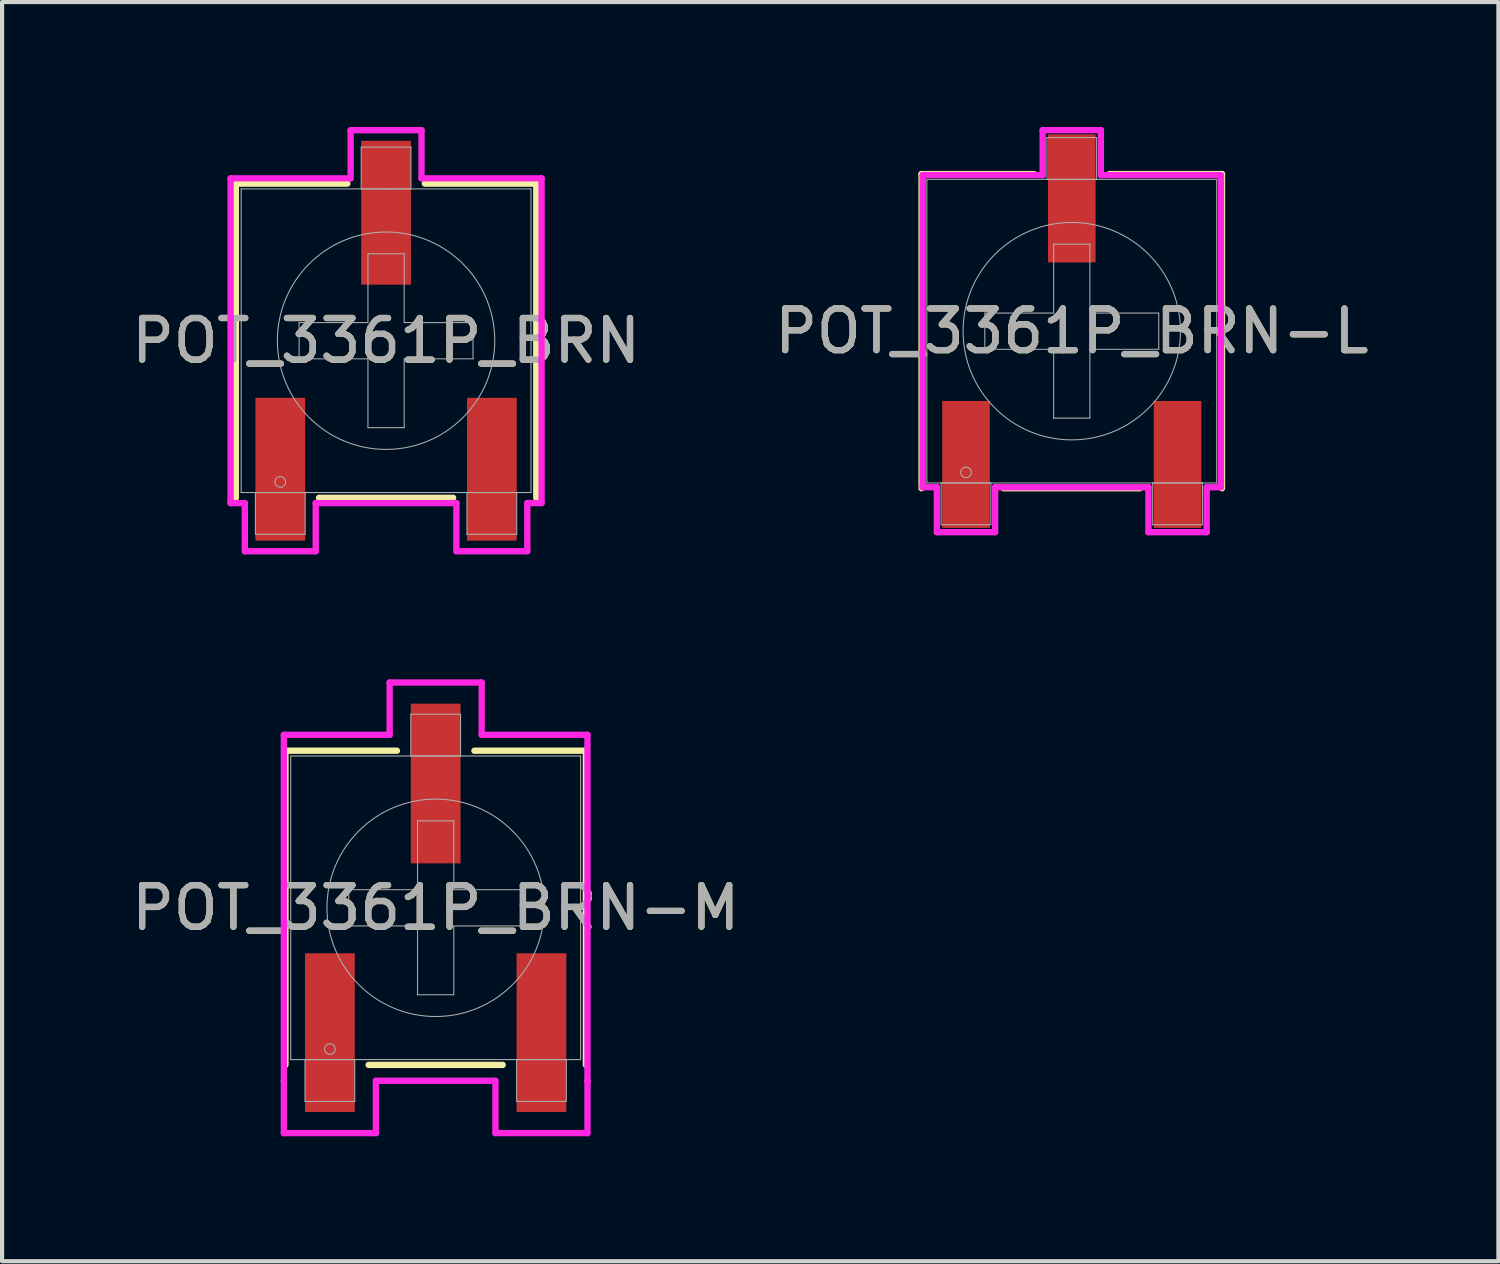
<source format=kicad_pcb>
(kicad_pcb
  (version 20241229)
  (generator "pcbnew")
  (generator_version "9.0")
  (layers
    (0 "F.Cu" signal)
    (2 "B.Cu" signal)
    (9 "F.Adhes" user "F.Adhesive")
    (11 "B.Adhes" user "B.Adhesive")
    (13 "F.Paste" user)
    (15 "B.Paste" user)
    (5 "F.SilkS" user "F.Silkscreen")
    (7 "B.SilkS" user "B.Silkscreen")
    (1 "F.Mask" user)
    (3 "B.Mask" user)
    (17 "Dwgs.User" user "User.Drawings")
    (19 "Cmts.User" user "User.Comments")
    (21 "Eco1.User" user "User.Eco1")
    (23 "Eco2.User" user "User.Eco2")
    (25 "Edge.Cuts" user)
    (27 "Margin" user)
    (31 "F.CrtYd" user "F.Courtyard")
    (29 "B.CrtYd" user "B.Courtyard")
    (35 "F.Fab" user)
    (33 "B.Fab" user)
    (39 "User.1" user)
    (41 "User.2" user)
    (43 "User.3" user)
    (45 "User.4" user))
  (footprint "POT_3361P_BRN-M"
    (layer "F.Cu")
    (at 7.411 18.748)
    (property "Reference" "POT_3361P_BRN-M" (at 0 0 0) (unlocked yes) (layer "F.SilkS") (effects (font (size 1 1) (thickness 0.15))))
    (attr smd)
    (fp_line (start -3.607 -3.772) (end -3.607 3.772) (stroke (width 0.152) (type solid)) (layer "F.SilkS"))
    (fp_line (start -1.61 3.772) (end 1.61 3.772) (stroke (width 0.152) (type solid)) (layer "F.SilkS"))
    (fp_line (start -0.93 -3.772) (end -3.607 -3.772) (stroke (width 0.152) (type solid)) (layer "F.SilkS"))
    (fp_line (start 3.607 -3.772) (end 0.93 -3.772) (stroke (width 0.152) (type solid)) (layer "F.SilkS"))
    (fp_line (start 3.607 -3.772) (end 3.607 3.772) (stroke (width 0.152) (type solid)) (layer "F.SilkS"))
    (fp_line (start -3.645 -4.153) (end -1.105 -4.153) (stroke (width 0.152) (type solid)) (layer "F.CrtYd"))
    (fp_line (start -3.645 4.153) (end -3.645 -4.153) (stroke (width 0.152) (type solid)) (layer "F.CrtYd"))
    (fp_line (start -3.645 4.153) (end -3.645 4.153) (stroke (width 0.152) (type solid)) (layer "F.CrtYd"))
    (fp_line (start -3.645 5.41) (end -3.645 4.153) (stroke (width 0.152) (type solid)) (layer "F.CrtYd"))
    (fp_line (start -1.435 4.153) (end -1.435 5.41) (stroke (width 0.152) (type solid)) (layer "F.CrtYd"))
    (fp_line (start -1.435 5.41) (end -3.645 5.41) (stroke (width 0.152) (type solid)) (layer "F.CrtYd"))
    (fp_line (start -1.105 -5.41) (end 1.105 -5.41) (stroke (width 0.152) (type solid)) (layer "F.CrtYd"))
    (fp_line (start -1.105 -4.153) (end -1.105 -5.41) (stroke (width 0.152) (type solid)) (layer "F.CrtYd"))
    (fp_line (start 1.105 -5.41) (end 1.105 -4.153) (stroke (width 0.152) (type solid)) (layer "F.CrtYd"))
    (fp_line (start 1.105 -4.153) (end 3.645 -4.153) (stroke (width 0.152) (type solid)) (layer "F.CrtYd"))
    (fp_line (start 1.435 4.153) (end -1.435 4.153) (stroke (width 0.152) (type solid)) (layer "F.CrtYd"))
    (fp_line (start 1.435 5.41) (end 1.435 4.153) (stroke (width 0.152) (type solid)) (layer "F.CrtYd"))
    (fp_line (start 3.645 -4.153) (end 3.645 4.153) (stroke (width 0.152) (type solid)) (layer "F.CrtYd"))
    (fp_line (start 3.645 4.153) (end 3.645 4.153) (stroke (width 0.152) (type solid)) (layer "F.CrtYd"))
    (fp_line (start 3.645 4.153) (end 3.645 5.41) (stroke (width 0.152) (type solid)) (layer "F.CrtYd"))
    (fp_line (start 3.645 5.41) (end 1.435 5.41) (stroke (width 0.152) (type solid)) (layer "F.CrtYd"))
    (fp_line (start -3.48 -3.645) (end -3.48 3.645) (stroke (width 0.025) (type solid)) (layer "F.Fab"))
    (fp_line (start -3.48 3.645) (end 3.48 3.645) (stroke (width 0.025) (type solid)) (layer "F.Fab"))
    (fp_line (start -3.137 3.645) (end -3.137 4.648) (stroke (width 0.025) (type solid)) (layer "F.Fab"))
    (fp_line (start -3.137 4.648) (end -1.943 4.648) (stroke (width 0.025) (type solid)) (layer "F.Fab"))
    (fp_line (start -2.088 -0.435) (end -2.088 0.435) (stroke (width 0.025) (type solid)) (layer "F.Fab"))
    (fp_line (start -1.943 3.645) (end -3.137 3.645) (stroke (width 0.025) (type solid)) (layer "F.Fab"))
    (fp_line (start -1.943 4.648) (end -1.943 3.645) (stroke (width 0.025) (type solid)) (layer "F.Fab"))
    (fp_line (start -0.597 -4.648) (end -0.597 -3.645) (stroke (width 0.025) (type solid)) (layer "F.Fab"))
    (fp_line (start -0.597 -3.645) (end 0.597 -3.645) (stroke (width 0.025) (type solid)) (layer "F.Fab"))
    (fp_line (start -0.435 -2.088) (end -0.435 -0.435) (stroke (width 0.025) (type solid)) (layer "F.Fab"))
    (fp_line (start -0.435 -2.088) (end 0.435 -2.088) (stroke (width 0.025) (type solid)) (layer "F.Fab"))
    (fp_line (start -0.435 -0.435) (end -2.088 -0.435) (stroke (width 0.025) (type solid)) (layer "F.Fab"))
    (fp_line (start -0.435 0.435) (end -2.088 0.435) (stroke (width 0.025) (type solid)) (layer "F.Fab"))
    (fp_line (start -0.435 2.088) (end -0.435 0.435) (stroke (width 0.025) (type solid)) (layer "F.Fab"))
    (fp_line (start -0.435 2.088) (end 0.435 2.088) (stroke (width 0.025) (type solid)) (layer "F.Fab"))
    (fp_line (start 0 -3.645) (end 0 -3.645) (stroke (width 0.025) (type solid)) (layer "F.Fab"))
    (fp_line (start 0 -3.645) (end 0 -3.645) (stroke (width 0.025) (type solid)) (layer "F.Fab"))
    (fp_line (start 0 -3.645) (end 0 -3.645) (stroke (width 0.025) (type solid)) (layer "F.Fab"))
    (fp_line (start 0.435 -2.088) (end 0.435 -0.435) (stroke (width 0.025) (type solid)) (layer "F.Fab"))
    (fp_line (start 0.435 -0.435) (end 2.088 -0.435) (stroke (width 0.025) (type solid)) (layer "F.Fab"))
    (fp_line (start 0.435 0.435) (end 2.088 0.435) (stroke (width 0.025) (type solid)) (layer "F.Fab"))
    (fp_line (start 0.435 2.088) (end 0.435 0.435) (stroke (width 0.025) (type solid)) (layer "F.Fab"))
    (fp_line (start 0.597 -4.648) (end -0.597 -4.648) (stroke (width 0.025) (type solid)) (layer "F.Fab"))
    (fp_line (start 0.597 -3.645) (end 0.597 -4.648) (stroke (width 0.025) (type solid)) (layer "F.Fab"))
    (fp_line (start 1.943 3.645) (end 1.943 4.648) (stroke (width 0.025) (type solid)) (layer "F.Fab"))
    (fp_line (start 1.943 4.648) (end 3.137 4.648) (stroke (width 0.025) (type solid)) (layer "F.Fab"))
    (fp_line (start 2.088 -0.435) (end 2.088 0.435) (stroke (width 0.025) (type solid)) (layer "F.Fab"))
    (fp_line (start 3.137 3.645) (end 1.943 3.645) (stroke (width 0.025) (type solid)) (layer "F.Fab"))
    (fp_line (start 3.137 4.648) (end 3.137 3.645) (stroke (width 0.025) (type solid)) (layer "F.Fab"))
    (fp_line (start 3.48 -3.645) (end -3.48 -3.645) (stroke (width 0.025) (type solid)) (layer "F.Fab"))
    (fp_line (start 3.48 -3.645) (end 3.48 3.645) (stroke (width 0.025) (type solid)) (layer "F.Fab"))
    (fp_circle (center -2.54 3.391) (end -2.413 3.391) (stroke (width 0.025) (type solid)) (fill no) (layer "F.Fab"))
    (fp_circle (center 0 0) (end 2.61 0) (stroke (width 0.025) (type solid)) (fill no) (layer "F.Fab"))
    (fp_text user "${REFERENCE}" (at 0 0 0) (unlocked yes) (layer "F.Fab") (effects (font (size 1 1) (thickness 0.15))))
    (pad "1" smd rect (at -2.54 2.997) (size 1.194 3.81) (layers "F.Cu" "F.Mask" "F.Paste"))
    (pad "2" smd rect (at 0 -2.985) (size 1.194 3.835) (layers "F.Cu" "F.Mask" "F.Paste"))
    (pad "3" smd rect (at 2.54 2.997) (size 1.194 3.81) (layers "F.Cu" "F.Mask" "F.Paste")))
  (footprint "POT_3361P_BRN"
    (layer "F.Cu")
    (at 6.22 5.131)
    (property "Reference" "POT_3361P_BRN" (at 0 0 0) (unlocked yes) (layer "F.SilkS") (effects (font (size 1 1) (thickness 0.15))))
    (attr smd)
    (fp_line (start -3.607 -3.772) (end -3.607 3.772) (stroke (width 0.152) (type solid)) (layer "F.SilkS"))
    (fp_line (start -1.61 3.772) (end 1.61 3.772) (stroke (width 0.152) (type solid)) (layer "F.SilkS"))
    (fp_line (start -0.93 -3.772) (end -3.607 -3.772) (stroke (width 0.152) (type solid)) (layer "F.SilkS"))
    (fp_line (start 3.607 -3.772) (end 0.93 -3.772) (stroke (width 0.152) (type solid)) (layer "F.SilkS"))
    (fp_line (start 3.607 -3.772) (end 3.607 3.772) (stroke (width 0.152) (type solid)) (layer "F.SilkS"))
    (fp_line (start -3.734 -3.899) (end -0.851 -3.899) (stroke (width 0.152) (type solid)) (layer "F.CrtYd"))
    (fp_line (start -3.734 3.899) (end -3.734 -3.899) (stroke (width 0.152) (type solid)) (layer "F.CrtYd"))
    (fp_line (start -3.391 3.899) (end -3.734 3.899) (stroke (width 0.152) (type solid)) (layer "F.CrtYd"))
    (fp_line (start -3.391 5.055) (end -3.391 3.899) (stroke (width 0.152) (type solid)) (layer "F.CrtYd"))
    (fp_line (start -1.689 3.899) (end -1.689 5.055) (stroke (width 0.152) (type solid)) (layer "F.CrtYd"))
    (fp_line (start -1.689 5.055) (end -3.391 5.055) (stroke (width 0.152) (type solid)) (layer "F.CrtYd"))
    (fp_line (start -0.851 -5.055) (end 0.851 -5.055) (stroke (width 0.152) (type solid)) (layer "F.CrtYd"))
    (fp_line (start -0.851 -3.899) (end -0.851 -5.055) (stroke (width 0.152) (type solid)) (layer "F.CrtYd"))
    (fp_line (start 0.851 -5.055) (end 0.851 -3.899) (stroke (width 0.152) (type solid)) (layer "F.CrtYd"))
    (fp_line (start 0.851 -3.899) (end 3.734 -3.899) (stroke (width 0.152) (type solid)) (layer "F.CrtYd"))
    (fp_line (start 1.689 3.899) (end -1.689 3.899) (stroke (width 0.152) (type solid)) (layer "F.CrtYd"))
    (fp_line (start 1.689 5.055) (end 1.689 3.899) (stroke (width 0.152) (type solid)) (layer "F.CrtYd"))
    (fp_line (start 3.391 3.899) (end 3.391 5.055) (stroke (width 0.152) (type solid)) (layer "F.CrtYd"))
    (fp_line (start 3.391 5.055) (end 1.689 5.055) (stroke (width 0.152) (type solid)) (layer "F.CrtYd"))
    (fp_line (start 3.734 -3.899) (end 3.734 3.899) (stroke (width 0.152) (type solid)) (layer "F.CrtYd"))
    (fp_line (start 3.734 3.899) (end 3.391 3.899) (stroke (width 0.152) (type solid)) (layer "F.CrtYd"))
    (fp_line (start -3.48 -3.645) (end -3.48 3.645) (stroke (width 0.025) (type solid)) (layer "F.Fab"))
    (fp_line (start -3.48 3.645) (end 3.48 3.645) (stroke (width 0.025) (type solid)) (layer "F.Fab"))
    (fp_line (start -3.137 3.645) (end -3.137 4.648) (stroke (width 0.025) (type solid)) (layer "F.Fab"))
    (fp_line (start -3.137 4.648) (end -1.943 4.648) (stroke (width 0.025) (type solid)) (layer "F.Fab"))
    (fp_line (start -2.088 -0.435) (end -2.088 0.435) (stroke (width 0.025) (type solid)) (layer "F.Fab"))
    (fp_line (start -1.943 3.645) (end -3.137 3.645) (stroke (width 0.025) (type solid)) (layer "F.Fab"))
    (fp_line (start -1.943 4.648) (end -1.943 3.645) (stroke (width 0.025) (type solid)) (layer "F.Fab"))
    (fp_line (start -0.597 -4.648) (end -0.597 -3.645) (stroke (width 0.025) (type solid)) (layer "F.Fab"))
    (fp_line (start -0.597 -3.645) (end 0.597 -3.645) (stroke (width 0.025) (type solid)) (layer "F.Fab"))
    (fp_line (start -0.435 -2.088) (end -0.435 -0.435) (stroke (width 0.025) (type solid)) (layer "F.Fab"))
    (fp_line (start -0.435 -2.088) (end 0.435 -2.088) (stroke (width 0.025) (type solid)) (layer "F.Fab"))
    (fp_line (start -0.435 -0.435) (end -2.088 -0.435) (stroke (width 0.025) (type solid)) (layer "F.Fab"))
    (fp_line (start -0.435 0.435) (end -2.088 0.435) (stroke (width 0.025) (type solid)) (layer "F.Fab"))
    (fp_line (start -0.435 2.088) (end -0.435 0.435) (stroke (width 0.025) (type solid)) (layer "F.Fab"))
    (fp_line (start -0.435 2.088) (end 0.435 2.088) (stroke (width 0.025) (type solid)) (layer "F.Fab"))
    (fp_line (start 0 -3.645) (end 0 -3.645) (stroke (width 0.025) (type solid)) (layer "F.Fab"))
    (fp_line (start 0 -3.645) (end 0 -3.645) (stroke (width 0.025) (type solid)) (layer "F.Fab"))
    (fp_line (start 0 -3.645) (end 0 -3.645) (stroke (width 0.025) (type solid)) (layer "F.Fab"))
    (fp_line (start 0.435 -2.088) (end 0.435 -0.435) (stroke (width 0.025) (type solid)) (layer "F.Fab"))
    (fp_line (start 0.435 -0.435) (end 2.088 -0.435) (stroke (width 0.025) (type solid)) (layer "F.Fab"))
    (fp_line (start 0.435 0.435) (end 2.088 0.435) (stroke (width 0.025) (type solid)) (layer "F.Fab"))
    (fp_line (start 0.435 2.088) (end 0.435 0.435) (stroke (width 0.025) (type solid)) (layer "F.Fab"))
    (fp_line (start 0.597 -4.648) (end -0.597 -4.648) (stroke (width 0.025) (type solid)) (layer "F.Fab"))
    (fp_line (start 0.597 -3.645) (end 0.597 -4.648) (stroke (width 0.025) (type solid)) (layer "F.Fab"))
    (fp_line (start 1.943 3.645) (end 1.943 4.648) (stroke (width 0.025) (type solid)) (layer "F.Fab"))
    (fp_line (start 1.943 4.648) (end 3.137 4.648) (stroke (width 0.025) (type solid)) (layer "F.Fab"))
    (fp_line (start 2.088 -0.435) (end 2.088 0.435) (stroke (width 0.025) (type solid)) (layer "F.Fab"))
    (fp_line (start 3.137 3.645) (end 1.943 3.645) (stroke (width 0.025) (type solid)) (layer "F.Fab"))
    (fp_line (start 3.137 4.648) (end 3.137 3.645) (stroke (width 0.025) (type solid)) (layer "F.Fab"))
    (fp_line (start 3.48 -3.645) (end -3.48 -3.645) (stroke (width 0.025) (type solid)) (layer "F.Fab"))
    (fp_line (start 3.48 -3.645) (end 3.48 3.645) (stroke (width 0.025) (type solid)) (layer "F.Fab"))
    (fp_circle (center -2.54 3.391) (end -2.413 3.391) (stroke (width 0.025) (type solid)) (fill no) (layer "F.Fab"))
    (fp_circle (center 0 0) (end 2.61 0) (stroke (width 0.025) (type solid)) (fill no) (layer "F.Fab"))
    (fp_text user "${REFERENCE}" (at 0 0 0) (unlocked yes) (layer "F.Fab") (effects (font (size 1 1) (thickness 0.15))))
    (pad "1" smd rect (at -2.54 3.086) (size 1.194 3.429) (layers "F.Cu" "F.Mask" "F.Paste"))
    (pad "2" smd rect (at 0 -3.073) (size 1.194 3.454) (layers "F.Cu" "F.Mask" "F.Paste"))
    (pad "3" smd rect (at 2.54 3.086) (size 1.194 3.429) (layers "F.Cu" "F.Mask" "F.Paste")))
  (footprint "POT_3361P_BRN-L"
    (layer "F.Cu")
    (at 22.685 4.902)
    (property "Reference" "POT_3361P_BRN-L" (at 0 0 0) (unlocked yes) (layer "F.SilkS") (effects (font (size 1 1) (thickness 0.15))))
    (attr smd)
    (fp_line (start -3.607 -3.772) (end -3.607 3.772) (stroke (width 0.152) (type solid)) (layer "F.SilkS"))
    (fp_line (start -1.636 3.772) (end 1.636 3.772) (stroke (width 0.152) (type solid)) (layer "F.SilkS"))
    (fp_line (start -0.904 -3.772) (end -3.607 -3.772) (stroke (width 0.152) (type solid)) (layer "F.SilkS"))
    (fp_line (start 3.607 -3.772) (end 0.904 -3.772) (stroke (width 0.152) (type solid)) (layer "F.SilkS"))
    (fp_line (start 3.607 -3.772) (end 3.607 3.772) (stroke (width 0.152) (type solid)) (layer "F.SilkS"))
    (fp_line (start -3.581 -3.747) (end -0.699 -3.747) (stroke (width 0.152) (type solid)) (layer "F.CrtYd"))
    (fp_line (start -3.581 3.747) (end -3.581 -3.747) (stroke (width 0.152) (type solid)) (layer "F.CrtYd"))
    (fp_line (start -3.239 3.747) (end -3.581 3.747) (stroke (width 0.152) (type solid)) (layer "F.CrtYd"))
    (fp_line (start -3.239 4.826) (end -3.239 3.747) (stroke (width 0.152) (type solid)) (layer "F.CrtYd"))
    (fp_line (start -1.841 3.747) (end -1.841 4.826) (stroke (width 0.152) (type solid)) (layer "F.CrtYd"))
    (fp_line (start -1.841 4.826) (end -3.239 4.826) (stroke (width 0.152) (type solid)) (layer "F.CrtYd"))
    (fp_line (start -0.699 -4.826) (end 0.699 -4.826) (stroke (width 0.152) (type solid)) (layer "F.CrtYd"))
    (fp_line (start -0.699 -3.747) (end -0.699 -4.826) (stroke (width 0.152) (type solid)) (layer "F.CrtYd"))
    (fp_line (start 0.699 -4.826) (end 0.699 -3.747) (stroke (width 0.152) (type solid)) (layer "F.CrtYd"))
    (fp_line (start 0.699 -3.747) (end 3.581 -3.747) (stroke (width 0.152) (type solid)) (layer "F.CrtYd"))
    (fp_line (start 1.841 3.747) (end -1.841 3.747) (stroke (width 0.152) (type solid)) (layer "F.CrtYd"))
    (fp_line (start 1.841 4.826) (end 1.841 3.747) (stroke (width 0.152) (type solid)) (layer "F.CrtYd"))
    (fp_line (start 3.239 3.747) (end 3.239 4.826) (stroke (width 0.152) (type solid)) (layer "F.CrtYd"))
    (fp_line (start 3.239 4.826) (end 1.841 4.826) (stroke (width 0.152) (type solid)) (layer "F.CrtYd"))
    (fp_line (start 3.581 -3.747) (end 3.581 3.747) (stroke (width 0.152) (type solid)) (layer "F.CrtYd"))
    (fp_line (start 3.581 3.747) (end 3.239 3.747) (stroke (width 0.152) (type solid)) (layer "F.CrtYd"))
    (fp_line (start -3.48 -3.645) (end -3.48 3.645) (stroke (width 0.025) (type solid)) (layer "F.Fab"))
    (fp_line (start -3.48 3.645) (end 3.48 3.645) (stroke (width 0.025) (type solid)) (layer "F.Fab"))
    (fp_line (start -3.137 3.645) (end -3.137 4.648) (stroke (width 0.025) (type solid)) (layer "F.Fab"))
    (fp_line (start -3.137 4.648) (end -1.943 4.648) (stroke (width 0.025) (type solid)) (layer "F.Fab"))
    (fp_line (start -2.088 -0.435) (end -2.088 0.435) (stroke (width 0.025) (type solid)) (layer "F.Fab"))
    (fp_line (start -1.943 3.645) (end -3.137 3.645) (stroke (width 0.025) (type solid)) (layer "F.Fab"))
    (fp_line (start -1.943 4.648) (end -1.943 3.645) (stroke (width 0.025) (type solid)) (layer "F.Fab"))
    (fp_line (start -0.597 -4.648) (end -0.597 -3.645) (stroke (width 0.025) (type solid)) (layer "F.Fab"))
    (fp_line (start -0.597 -3.645) (end 0.597 -3.645) (stroke (width 0.025) (type solid)) (layer "F.Fab"))
    (fp_line (start -0.435 -2.088) (end -0.435 -0.435) (stroke (width 0.025) (type solid)) (layer "F.Fab"))
    (fp_line (start -0.435 -2.088) (end 0.435 -2.088) (stroke (width 0.025) (type solid)) (layer "F.Fab"))
    (fp_line (start -0.435 -0.435) (end -2.088 -0.435) (stroke (width 0.025) (type solid)) (layer "F.Fab"))
    (fp_line (start -0.435 0.435) (end -2.088 0.435) (stroke (width 0.025) (type solid)) (layer "F.Fab"))
    (fp_line (start -0.435 2.088) (end -0.435 0.435) (stroke (width 0.025) (type solid)) (layer "F.Fab"))
    (fp_line (start -0.435 2.088) (end 0.435 2.088) (stroke (width 0.025) (type solid)) (layer "F.Fab"))
    (fp_line (start 0 -3.645) (end 0 -3.645) (stroke (width 0.025) (type solid)) (layer "F.Fab"))
    (fp_line (start 0 -3.645) (end 0 -3.645) (stroke (width 0.025) (type solid)) (layer "F.Fab"))
    (fp_line (start 0 -3.645) (end 0 -3.645) (stroke (width 0.025) (type solid)) (layer "F.Fab"))
    (fp_line (start 0.435 -2.088) (end 0.435 -0.435) (stroke (width 0.025) (type solid)) (layer "F.Fab"))
    (fp_line (start 0.435 -0.435) (end 2.088 -0.435) (stroke (width 0.025) (type solid)) (layer "F.Fab"))
    (fp_line (start 0.435 0.435) (end 2.088 0.435) (stroke (width 0.025) (type solid)) (layer "F.Fab"))
    (fp_line (start 0.435 2.088) (end 0.435 0.435) (stroke (width 0.025) (type solid)) (layer "F.Fab"))
    (fp_line (start 0.597 -4.648) (end -0.597 -4.648) (stroke (width 0.025) (type solid)) (layer "F.Fab"))
    (fp_line (start 0.597 -3.645) (end 0.597 -4.648) (stroke (width 0.025) (type solid)) (layer "F.Fab"))
    (fp_line (start 1.943 3.645) (end 1.943 4.648) (stroke (width 0.025) (type solid)) (layer "F.Fab"))
    (fp_line (start 1.943 4.648) (end 3.137 4.648) (stroke (width 0.025) (type solid)) (layer "F.Fab"))
    (fp_line (start 2.088 -0.435) (end 2.088 0.435) (stroke (width 0.025) (type solid)) (layer "F.Fab"))
    (fp_line (start 3.137 3.645) (end 1.943 3.645) (stroke (width 0.025) (type solid)) (layer "F.Fab"))
    (fp_line (start 3.137 4.648) (end 3.137 3.645) (stroke (width 0.025) (type solid)) (layer "F.Fab"))
    (fp_line (start 3.48 -3.645) (end -3.48 -3.645) (stroke (width 0.025) (type solid)) (layer "F.Fab"))
    (fp_line (start 3.48 -3.645) (end 3.48 3.645) (stroke (width 0.025) (type solid)) (layer "F.Fab"))
    (fp_circle (center -2.54 3.391) (end -2.413 3.391) (stroke (width 0.025) (type solid)) (fill no) (layer "F.Fab"))
    (fp_circle (center 0 0) (end 2.61 0) (stroke (width 0.025) (type solid)) (fill no) (layer "F.Fab"))
    (fp_text user "${REFERENCE}" (at 0 0 0) (unlocked yes) (layer "F.Fab") (effects (font (size 1 1) (thickness 0.15))))
    (pad "1" smd rect (at -2.54 3.2) (size 1.143 3.048) (layers "F.Cu" "F.Mask" "F.Paste"))
    (pad "2" smd rect (at 0 -3.188) (size 1.143 3.073) (layers "F.Cu" "F.Mask" "F.Paste"))
    (pad "3" smd rect (at 2.54 3.2) (size 1.143 3.048) (layers "F.Cu" "F.Mask" "F.Paste")))
  (gr_rect
    (start -3 -3)
    (end 32.929 27.234)
    (stroke (width 0.1) (type default))
    (fill no)
    (layer "Edge.Cuts")))
</source>
